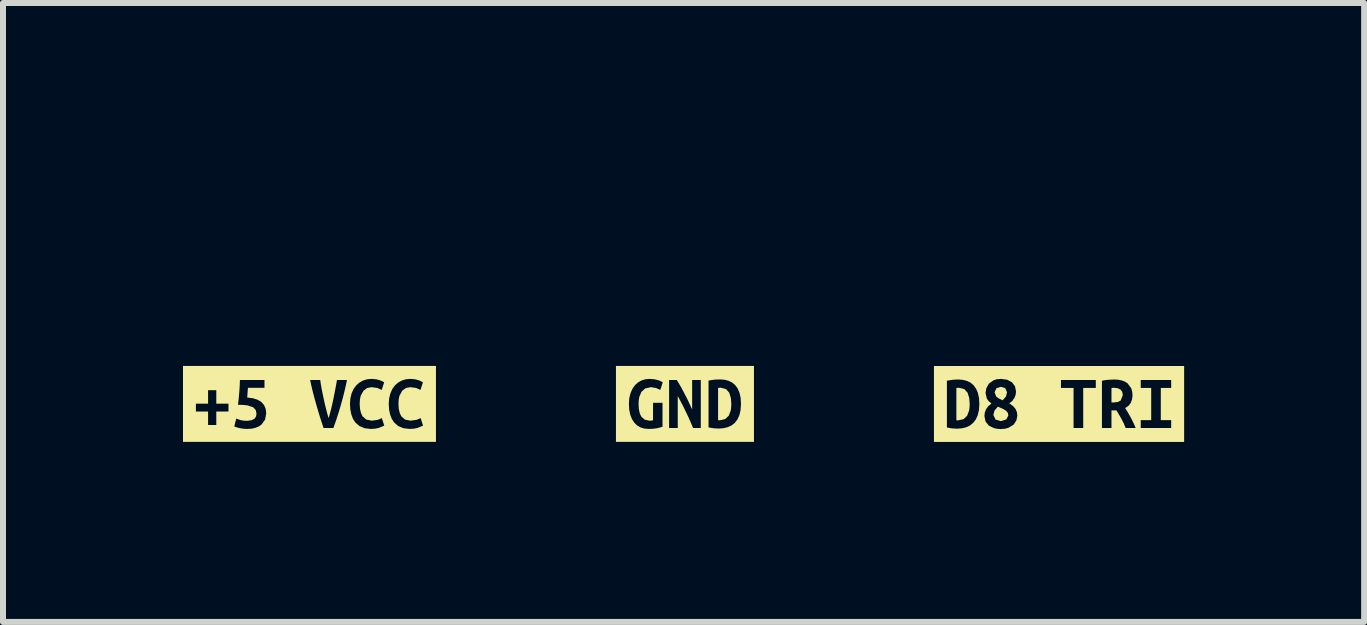
<source format=kicad_pcb>
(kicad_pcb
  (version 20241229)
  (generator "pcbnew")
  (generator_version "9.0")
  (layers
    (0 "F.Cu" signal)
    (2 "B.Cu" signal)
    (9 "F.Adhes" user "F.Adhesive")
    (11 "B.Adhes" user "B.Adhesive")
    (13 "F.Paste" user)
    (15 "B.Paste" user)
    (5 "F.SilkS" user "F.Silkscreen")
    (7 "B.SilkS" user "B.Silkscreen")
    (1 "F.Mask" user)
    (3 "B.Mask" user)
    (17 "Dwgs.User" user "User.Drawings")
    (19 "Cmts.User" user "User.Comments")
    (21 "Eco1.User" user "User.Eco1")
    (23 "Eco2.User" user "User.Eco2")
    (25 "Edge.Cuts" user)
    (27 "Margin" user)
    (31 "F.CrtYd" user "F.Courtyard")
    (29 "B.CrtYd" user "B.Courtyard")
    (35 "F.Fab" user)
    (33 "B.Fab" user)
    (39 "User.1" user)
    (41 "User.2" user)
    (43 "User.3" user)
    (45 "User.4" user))
  (footprint "kibuzzard-67A1228F"
    (layer "F.Cu")
    (at 14.601 3.683)
    (property "Reference" "kibuzzard-67A1228F" (at 0 -3.681 0) (layer "F.SilkS") (effects (font (size 0.001 0.001) (thickness 0.15))))
    (attr board_only exclude_from_pos_files exclude_from_bom)
    (fp_poly (pts (xy -0.97 -0.286) (xy -1.043 -0.263) (xy -1.075 -0.195) (xy -1.045 -0.121) (xy -1.004 -0.092) (xy -0.94 -0.061) (xy -0.883 -0.127) (xy -0.867 -0.196) (xy -0.897 -0.264) (xy -0.97 -0.286)) (stroke (width 0) (type solid)) (fill yes) (layer "F.SilkS"))
    (fp_poly (pts (xy -0.845 0.192) (xy -0.854 0.147) (xy -0.885 0.111) (xy -0.94 0.079) (xy -1.02 0.045) (xy -1.076 0.111) (xy -1.095 0.182) (xy -1.058 0.26) (xy -0.971 0.286) (xy -0.879 0.258) (xy -0.845 0.192)) (stroke (width 0) (type solid)) (fill yes) (layer "F.SilkS"))
    (fp_poly (pts (xy 1.063 -0.147) (xy 1.053 -0.202) (xy 1.024 -0.24) (xy 0.979 -0.262) (xy 0.922 -0.269) (xy 0.9 -0.269) (xy 0.874 -0.266) (xy 0.874 -0.025) (xy 0.909 -0.025) (xy 0.979 -0.033) (xy 1.027 -0.057) (xy 1.063 -0.147)) (stroke (width 0) (type solid)) (fill yes) (layer "F.SilkS"))
    (fp_poly (pts (xy -1.711 0.272) (xy -1.696 0.273) (xy -1.682 0.273) (xy -1.591 0.253) (xy -1.532 0.196) (xy -1.499 0.11) (xy -1.492 0.058) (xy -1.489 0.001) (xy -1.497 -0.1) (xy -1.524 -0.187) (xy -1.577 -0.247) (xy -1.664 -0.269) (xy -1.687 -0.269) (xy -1.711 -0.266) (xy -1.711 0.272)) (stroke (width 0) (type solid)) (fill yes) (layer "F.SilkS"))
    (fp_poly (pts (xy -1.869 -0.633) (xy -2.085 -0.633) (xy -2.085 0.633) (xy -1.869 0.633) (xy -1.699 0.633) (xy -1.699 0.412) (xy -1.782 0.407) (xy -1.869 0.392) (xy -1.869 -0.388) (xy -1.767 -0.404) (xy -1.678 -0.408) (xy -1.603 -0.402) (xy -1.534 -0.384) (xy -1.474 -0.355) (xy -1.424 -0.311) (xy -1.383 -0.255) (xy -1.353 -0.185) (xy -1.334 -0.1) (xy -1.328 0.001) (xy -1.335 0.104) (xy -1.356 0.19) (xy -1.389 0.261) (xy -1.433 0.317) (xy -1.486 0.36) (xy -1.55 0.389) (xy -1.621 0.406) (xy -1.699 0.412) (xy -1.699 0.633) (xy -0.974 0.633) (xy -0.974 0.418) (xy -1.032 0.414) (xy -1.084 0.403) (xy -1.17 0.361) (xy -1.225 0.292) (xy -1.244 0.201) (xy -1.237 0.142) (xy -1.216 0.087) (xy -1.179 0.036) (xy -1.126 -0.008) (xy -1.174 -0.048) (xy -1.204 -0.091) (xy -1.225 -0.184) (xy -1.211 -0.265) (xy -1.168 -0.341) (xy -1.089 -0.396) (xy -1.034 -0.413) (xy -0.967 -0.418) (xy -0.864 -0.404) (xy -0.784 -0.361) (xy -0.734 -0.295) (xy -0.717 -0.209) (xy -0.723 -0.154) (xy -0.744 -0.1) (xy -0.779 -0.05) (xy -0.829 -0.01) (xy -0.766 0.035) (xy -0.725 0.083) (xy -0.702 0.136) (xy -0.695 0.195) (xy -0.71 0.273) (xy -0.757 0.345) (xy -0.843 0.397) (xy -0.902 0.413) (xy -0.974 0.418) (xy -0.974 0.633) (xy 0.403 0.633) (xy 0.403 0.401) (xy 0.242 0.401) (xy 0.242 -0.267) (xy 0.032 -0.267) (xy 0.032 -0.399) (xy 0.613 -0.399) (xy 0.613 -0.267) (xy 0.403 -0.267) (xy 0.403 0.401) (xy 0.403 0.633) (xy 1.278 0.633) (xy 1.278 0.401) (xy 1.111 0.401) (xy 1.079 0.325) (xy 1.042 0.252) (xy 1.001 0.18) (xy 0.957 0.107) (xy 0.874 0.107) (xy 0.874 0.401) (xy 0.715 0.401) (xy 0.715 -0.387) (xy 0.766 -0.397) (xy 0.823 -0.403) (xy 0.877 -0.406) (xy 0.922 -0.408) (xy 0.987 -0.404) (xy 1.046 -0.392) (xy 1.098 -0.373) (xy 1.142 -0.344) (xy 1.203 -0.262) (xy 1.219 -0.208) (xy 1.225 -0.145) (xy 1.217 -0.079) (xy 1.196 -0.019) (xy 1.158 0.031) (xy 1.102 0.068) (xy 1.148 0.142) (xy 1.196 0.227) (xy 1.241 0.317) (xy 1.278 0.401) (xy 1.278 0.633) (xy 1.362 0.633) (xy 1.362 0.401) (xy 1.362 0.269) (xy 1.536 0.269) (xy 1.536 -0.267) (xy 1.362 -0.267) (xy 1.362 -0.399) (xy 1.869 -0.399) (xy 1.869 -0.267) (xy 1.696 -0.267) (xy 1.696 0.269) (xy 1.869 0.269) (xy 1.869 0.401) (xy 1.362 0.401) (xy 1.362 0.633) (xy 1.869 0.633) (xy 2.085 0.633) (xy 2.085 -0.633) (xy 1.869 -0.633) (xy -1.869 -0.633)) (stroke (width 0) (type solid)) (fill yes) (layer "F.SilkS")))
  (footprint "kibuzzard-67A122C1"
    (layer "F.Cu")
    (at 8.366 3.682)
    (property "Reference" "kibuzzard-67A122C1" (at 0 -3.681 0) (layer "F.SilkS") (effects (font (size 0.001 0.001) (thickness 0.15))))
    (attr board_only exclude_from_pos_files exclude_from_bom)
    (fp_poly (pts (xy 0.552 0.271) (xy 0.566 0.273) (xy 0.58 0.273) (xy 0.671 0.252) (xy 0.731 0.195) (xy 0.763 0.109) (xy 0.77 0.057) (xy 0.773 0) (xy 0.765 -0.101) (xy 0.738 -0.187) (xy 0.685 -0.247) (xy 0.598 -0.27) (xy 0.575 -0.269) (xy 0.552 -0.266) (xy 0.552 0.271)) (stroke (width 0) (type solid)) (fill yes) (layer "F.SilkS"))
    (fp_poly (pts (xy -0.934 -0.633) (xy -1.15 -0.633) (xy -1.15 0.633) (xy -0.934 0.633) (xy -0.607 0.633) (xy -0.607 0.417) (xy -0.679 0.411) (xy -0.742 0.391) (xy -0.798 0.358) (xy -0.845 0.312) (xy -0.883 0.253) (xy -0.911 0.182) (xy -0.929 0.097) (xy -0.934 0) (xy -0.928 -0.096) (xy -0.907 -0.18) (xy -0.875 -0.252) (xy -0.834 -0.311) (xy -0.783 -0.358) (xy -0.724 -0.391) (xy -0.658 -0.411) (xy -0.588 -0.417) (xy -0.505 -0.41) (xy -0.441 -0.394) (xy -0.396 -0.375) (xy -0.37 -0.359) (xy -0.411 -0.233) (xy -0.481 -0.265) (xy -0.566 -0.279) (xy -0.662 -0.258) (xy -0.726 -0.201) (xy -0.762 -0.113) (xy -0.77 -0.059) (xy -0.773 0) (xy -0.768 0.087) (xy -0.753 0.158) (xy -0.728 0.211) (xy -0.672 0.262) (xy -0.595 0.279) (xy -0.563 0.278) (xy -0.532 0.274) (xy -0.532 -0.018) (xy -0.374 -0.018) (xy -0.374 0.381) (xy -0.462 0.405) (xy -0.528 0.414) (xy -0.607 0.417) (xy -0.607 0.633) (xy 0.136 0.633) (xy 0.136 0.401) (xy 0.098 0.312) (xy 0.059 0.223) (xy 0.017 0.135) (xy -0.026 0.047) (xy -0.072 -0.042) (xy -0.12 -0.131) (xy -0.12 0.401) (xy -0.264 0.401) (xy -0.264 -0.399) (xy -0.136 -0.399) (xy -0.1 -0.34) (xy -0.063 -0.276) (xy -0.028 -0.21) (xy 0.007 -0.143) (xy 0.04 -0.079) (xy 0.07 -0.016) (xy 0.097 0.043) (xy 0.12 0.093) (xy 0.12 -0.399) (xy 0.264 -0.399) (xy 0.264 0.401) (xy 0.136 0.401) (xy 0.136 0.633) (xy 0.563 0.633) (xy 0.563 0.411) (xy 0.48 0.406) (xy 0.393 0.392) (xy 0.393 -0.389) (xy 0.495 -0.405) (xy 0.584 -0.408) (xy 0.66 -0.403) (xy 0.728 -0.385) (xy 0.789 -0.355) (xy 0.839 -0.312) (xy 0.879 -0.256) (xy 0.909 -0.185) (xy 0.928 -0.101) (xy 0.934 0) (xy 0.927 0.103) (xy 0.907 0.189) (xy 0.874 0.26) (xy 0.83 0.317) (xy 0.776 0.359) (xy 0.713 0.388) (xy 0.642 0.405) (xy 0.563 0.411) (xy 0.563 0.633) (xy 0.934 0.633) (xy 1.15 0.633) (xy 1.15 -0.633) (xy 0.934 -0.633) (xy -0.934 -0.633)) (stroke (width 0) (type solid)) (fill yes) (layer "F.SilkS")))
  (footprint "kibuzzard-67A122A3"
    (layer "F.Cu")
    (at 2.108 3.682)
    (property "Reference" "kibuzzard-67A122A3" (at 0 -3.681 0) (layer "F.SilkS") (effects (font (size 0.001 0.001) (thickness 0.15))))
    (attr board_only exclude_from_pos_files exclude_from_bom)
    (fp_poly (pts (xy -1.893 -0.633) (xy -2.108 -0.633) (xy -2.108 0.633) (xy -1.893 0.633) (xy -1.553 0.633) (xy -1.553 0.352) (xy -1.69 0.352) (xy -1.69 0.127) (xy -1.893 0.127) (xy -1.893 -0.004) (xy -1.69 -0.004) (xy -1.69 -0.229) (xy -1.553 -0.229) (xy -1.553 -0.004) (xy -1.35 -0.004) (xy -1.35 0.127) (xy -1.553 0.127) (xy -1.553 0.352) (xy -1.553 0.633) (xy -1.037 0.633) (xy -1.037 0.417) (xy -1.1 0.414) (xy -1.163 0.404) (xy -1.216 0.39) (xy -1.253 0.376) (xy -1.221 0.244) (xy -1.148 0.27) (xy -1.099 0.279) (xy -1.038 0.282) (xy -0.962 0.271) (xy -0.914 0.245) (xy -0.89 0.208) (xy -0.883 0.165) (xy -0.894 0.104) (xy -0.938 0.056) (xy -1.032 0.025) (xy -1.102 0.017) (xy -1.191 0.014) (xy -1.179 -0.093) (xy -1.17 -0.198) (xy -1.163 -0.301) (xy -1.159 -0.399) (xy -0.75 -0.399) (xy -0.75 -0.268) (xy -1.026 -0.268) (xy -1.032 -0.181) (xy -1.038 -0.107) (xy -0.941 -0.094) (xy -0.861 -0.068) (xy -0.799 -0.03) (xy -0.756 0.021) (xy -0.729 0.084) (xy -0.721 0.159) (xy -0.74 0.262) (xy -0.799 0.344) (xy -0.844 0.375) (xy -0.899 0.398) (xy -0.963 0.413) (xy -1.037 0.417) (xy -1.037 0.633) (xy 0.235 0.633) (xy 0.235 0.401) (xy 0.203 0.306) (xy 0.169 0.199) (xy 0.146 0.124) (xy 0.124 0.049) (xy 0.103 -0.025) (xy 0.083 -0.098) (xy 0.064 -0.169) (xy 0.047 -0.237) (xy 0.026 -0.327) (xy 0.011 -0.399) (xy 0.179 -0.399) (xy 0.189 -0.332) (xy 0.202 -0.255) (xy 0.219 -0.172) (xy 0.237 -0.086) (xy 0.256 0.001) (xy 0.277 0.086) (xy 0.298 0.166) (xy 0.319 0.238) (xy 0.339 0.167) (xy 0.36 0.087) (xy 0.38 0.002) (xy 0.399 -0.085) (xy 0.416 -0.171) (xy 0.432 -0.255) (xy 0.447 -0.332) (xy 0.458 -0.399) (xy 0.625 -0.399) (xy 0.608 -0.317) (xy 0.587 -0.226) (xy 0.563 -0.128) (xy 0.535 -0.025) (xy 0.515 0.045) (xy 0.494 0.117) (xy 0.471 0.189) (xy 0.448 0.261) (xy 0.423 0.332) (xy 0.399 0.401) (xy 0.235 0.401) (xy 0.235 0.633) (xy 1.023 0.633) (xy 1.023 0.417) (xy 0.919 0.405) (xy 0.833 0.369) (xy 0.764 0.309) (xy 0.725 0.249) (xy 0.698 0.177) (xy 0.681 0.094) (xy 0.675 0) (xy 0.682 -0.094) (xy 0.702 -0.177) (xy 0.735 -0.249) (xy 0.778 -0.308) (xy 0.831 -0.355) (xy 0.893 -0.39) (xy 0.963 -0.411) (xy 1.038 -0.417) (xy 1.115 -0.41) (xy 1.175 -0.394) (xy 1.219 -0.375) (xy 1.245 -0.359) (xy 1.204 -0.233) (xy 1.132 -0.266) (xy 1.036 -0.279) (xy 0.963 -0.266) (xy 0.9 -0.22) (xy 0.854 -0.136) (xy 0.841 -0.076) (xy 0.837 -0.004) (xy 0.842 0.08) (xy 0.858 0.15) (xy 0.884 0.206) (xy 0.946 0.261) (xy 1.038 0.279) (xy 1.141 0.265) (xy 1.206 0.237) (xy 1.247 0.362) (xy 1.155 0.4) (xy 1.094 0.413) (xy 1.023 0.417) (xy 1.023 0.633) (xy 1.669 0.633) (xy 1.669 0.417) (xy 1.565 0.405) (xy 1.479 0.369) (xy 1.411 0.309) (xy 1.372 0.249) (xy 1.344 0.177) (xy 1.327 0.094) (xy 1.321 0) (xy 1.328 -0.094) (xy 1.349 -0.177) (xy 1.381 -0.249) (xy 1.424 -0.308) (xy 1.477 -0.355) (xy 1.539 -0.39) (xy 1.609 -0.411) (xy 1.685 -0.417) (xy 1.762 -0.41) (xy 1.822 -0.394) (xy 1.865 -0.375) (xy 1.891 -0.359) (xy 1.85 -0.233) (xy 1.778 -0.266) (xy 1.682 -0.279) (xy 1.609 -0.266) (xy 1.546 -0.22) (xy 1.5 -0.136) (xy 1.487 -0.076) (xy 1.483 -0.004) (xy 1.488 0.08) (xy 1.504 0.15) (xy 1.53 0.206) (xy 1.592 0.261) (xy 1.685 0.279) (xy 1.787 0.265) (xy 1.853 0.237) (xy 1.893 0.362) (xy 1.802 0.4) (xy 1.74 0.413) (xy 1.669 0.417) (xy 1.669 0.633) (xy 1.893 0.633) (xy 2.108 0.633) (xy 2.108 -0.633) (xy 1.893 -0.633) (xy -1.893 -0.633)) (stroke (width 0) (type solid)) (fill yes) (layer "F.SilkS")))
  (gr_rect
    (start -3 -3)
    (end 19.686 7.316)
    (stroke (width 0.1) (type default))
    (fill no)
    (layer "Edge.Cuts")))
</source>
